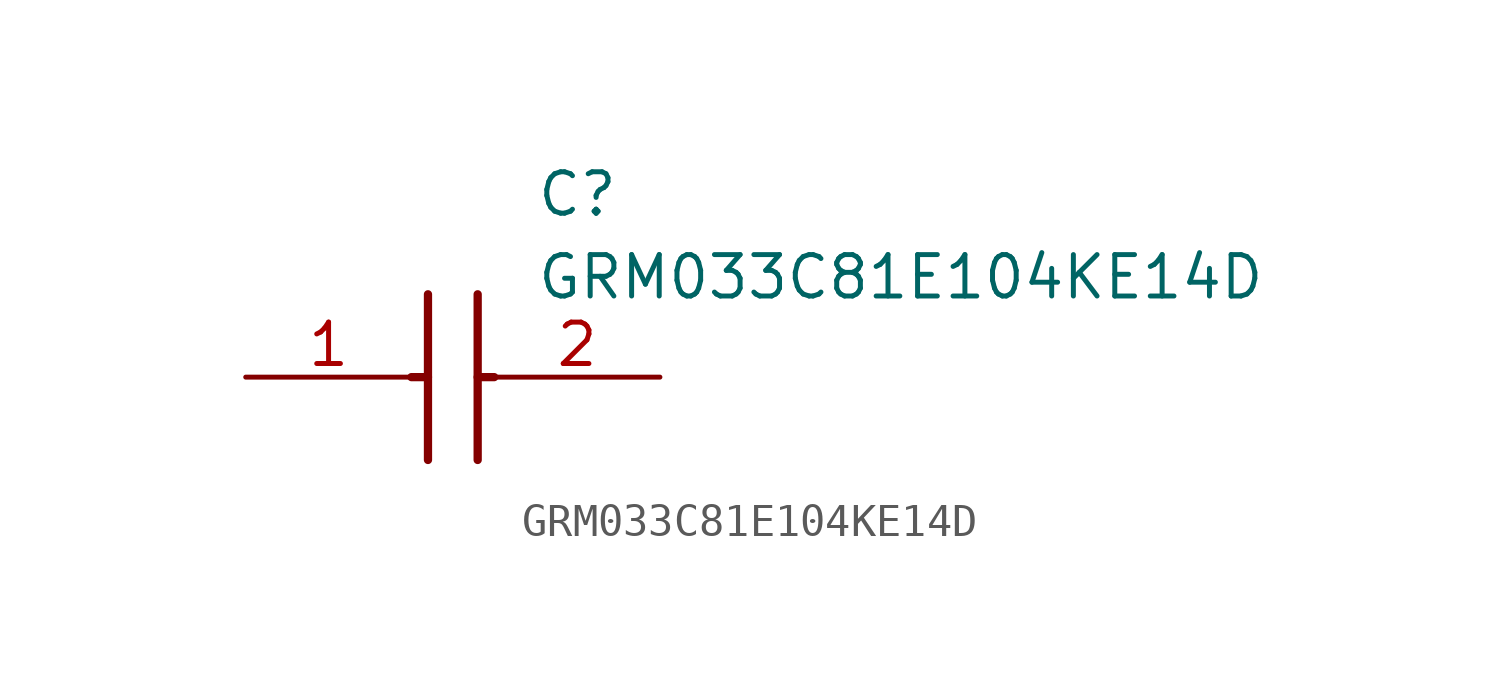
<source format=kicad_sym>
(kicad_symbol_lib
  (version 20211014)
  (generator SamacSys_ECAD_Model)
  (symbol "GRM033C81E104KE14D"
    (pin_names hide)
    (property "Reference" "C"
      (at 8.89 6.35 0)
      (effects (font (size 1.27 1.27)) (justify left top)))
    (property "Value" "GRM033C81E104KE14D"
      (at 8.89 3.81 0)
      (effects (font (size 1.27 1.27)) (justify left top)))
    (polyline
      (pts (xy 5.588 2.54) (xy 5.588 -2.54))
      (stroke (width 0.254) (type default))
      (fill (type none)))
    (polyline
      (pts (xy 7.112 2.54) (xy 7.112 -2.54))
      (stroke (width 0.254) (type default))
      (fill (type none)))
    (polyline
      (pts (xy 5.08 0) (xy 5.588 0))
      (stroke (width 0.254) (type default))
      (fill (type none)))
    (polyline
      (pts (xy 7.112 0) (xy 7.62 0))
      (stroke (width 0.254) (type default))
      (fill (type none)))
    (pin passive line
      (at 0 0 0)
      (length 5.08)
      (name "1" (effects (font (size 1.27 1.27))))
      (number "1" (effects (font (size 1.27 1.27)))))
    (pin passive line
      (at 12.7 0 180)
      (length 5.08)
      (name "2" (effects (font (size 1.27 1.27))))
      (number "2" (effects (font (size 1.27 1.27)))))))
</source>
